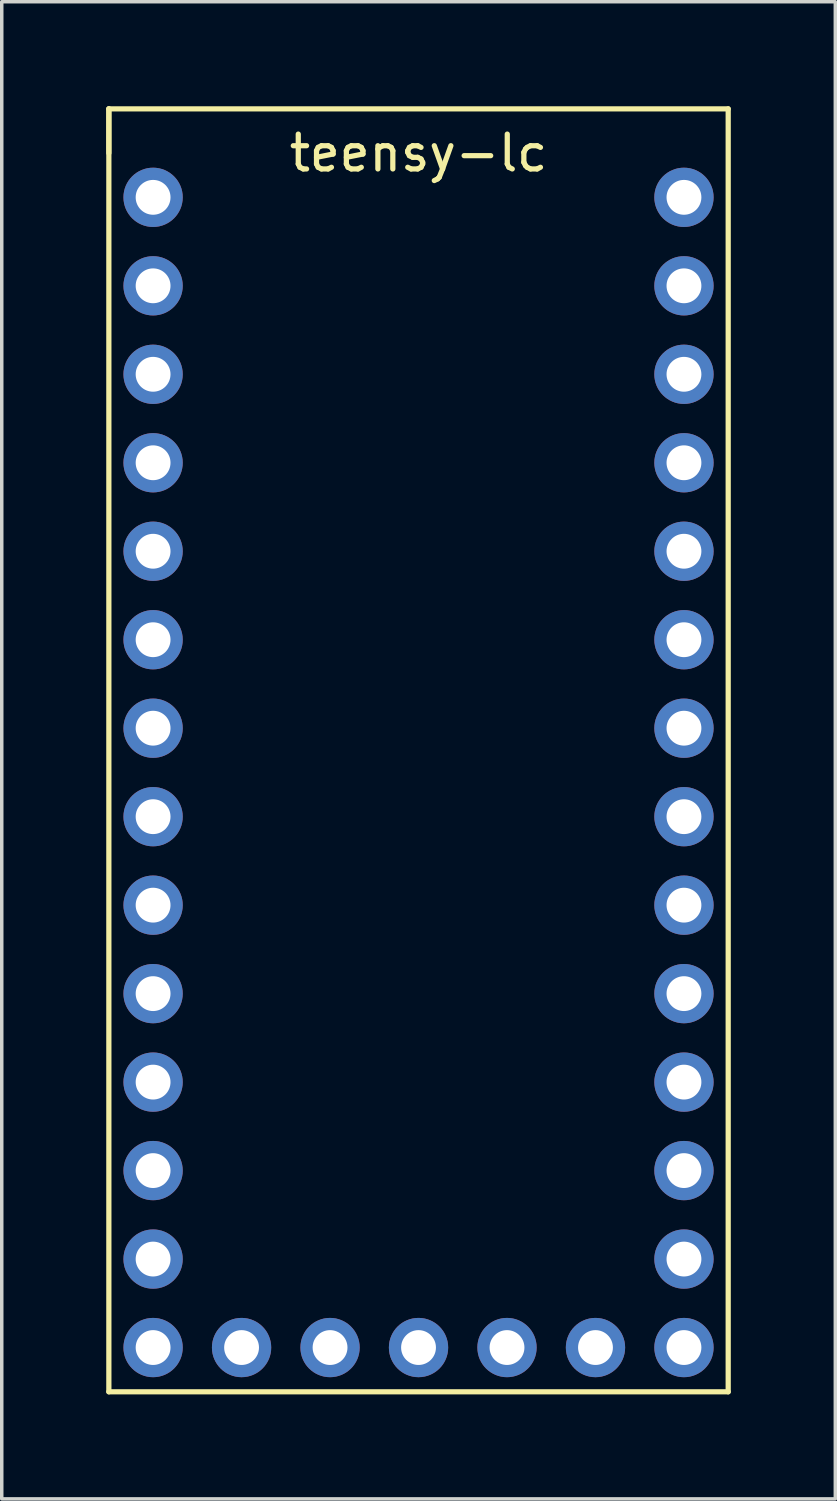
<source format=kicad_pcb>
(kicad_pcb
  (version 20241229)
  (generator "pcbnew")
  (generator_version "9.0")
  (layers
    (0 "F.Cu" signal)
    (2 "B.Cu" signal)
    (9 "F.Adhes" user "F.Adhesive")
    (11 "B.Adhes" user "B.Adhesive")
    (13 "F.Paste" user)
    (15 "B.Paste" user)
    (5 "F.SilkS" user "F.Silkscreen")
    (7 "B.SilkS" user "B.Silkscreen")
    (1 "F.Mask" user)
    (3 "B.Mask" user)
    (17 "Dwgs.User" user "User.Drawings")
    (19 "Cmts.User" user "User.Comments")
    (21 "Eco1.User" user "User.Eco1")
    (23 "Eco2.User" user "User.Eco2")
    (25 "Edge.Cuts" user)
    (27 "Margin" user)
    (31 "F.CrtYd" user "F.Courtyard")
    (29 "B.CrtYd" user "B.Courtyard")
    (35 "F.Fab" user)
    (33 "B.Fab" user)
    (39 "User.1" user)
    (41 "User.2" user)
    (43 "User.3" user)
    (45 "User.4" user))
  (footprint "teensy-lc"
    (layer "F.Cu")
    (at 8.965 17.855)
    (property "Reference" "teensy-lc" (at 0 -16.51 0) (layer "F.SilkS") (effects (font (size 1 1) (thickness 0.15))))
    (attr through_hole)
    (fp_line (start -8.89 -17.78) (end -8.89 -16.51) (stroke (width 0.15) (type solid)) (layer "F.SilkS"))
    (fp_line (start -8.89 -17.78) (end -8.89 19.05) (stroke (width 0.15) (type solid)) (layer "F.SilkS"))
    (fp_line (start -8.89 19.05) (end 8.89 19.05) (stroke (width 0.15) (type solid)) (layer "F.SilkS"))
    (fp_line (start 8.89 -17.78) (end -8.89 -17.78) (stroke (width 0.15) (type solid)) (layer "F.SilkS"))
    (fp_line (start 8.89 19.05) (end 8.89 -17.78) (stroke (width 0.15) (type solid)) (layer "F.SilkS"))
    (pad "0" thru_hole circle (at -7.62 -12.7) (size 1.702 1.702) (drill 1) (layers "*.Cu" "*.Mask"))
    (pad "1" thru_hole circle (at -7.62 -10.16) (size 1.702 1.702) (drill 1) (layers "*.Cu" "*.Mask"))
    (pad "2" thru_hole circle (at -7.62 -7.62) (size 1.702 1.702) (drill 1) (layers "*.Cu" "*.Mask"))
    (pad "3" thru_hole circle (at -7.62 -5.08) (size 1.702 1.702) (drill 1) (layers "*.Cu" "*.Mask"))
    (pad "4" thru_hole circle (at -7.62 -2.54) (size 1.702 1.702) (drill 1) (layers "*.Cu" "*.Mask"))
    (pad "5" thru_hole circle (at -7.62 0) (size 1.702 1.702) (drill 1) (layers "*.Cu" "*.Mask"))
    (pad "6" thru_hole circle (at -7.62 2.54) (size 1.702 1.702) (drill 1) (layers "*.Cu" "*.Mask"))
    (pad "7" thru_hole circle (at -7.62 5.08) (size 1.702 1.702) (drill 1) (layers "*.Cu" "*.Mask"))
    (pad "8" thru_hole circle (at -7.62 7.62) (size 1.702 1.702) (drill 1) (layers "*.Cu" "*.Mask"))
    (pad "9" thru_hole circle (at -7.62 10.16) (size 1.702 1.702) (drill 1) (layers "*.Cu" "*.Mask"))
    (pad "10" thru_hole circle (at -7.62 12.7) (size 1.702 1.702) (drill 1) (layers "*.Cu" "*.Mask"))
    (pad "11" thru_hole circle (at -7.62 15.24) (size 1.702 1.702) (drill 1) (layers "*.Cu" "*.Mask"))
    (pad "12" thru_hole circle (at -7.62 17.78) (size 1.702 1.702) (drill 1) (layers "*.Cu" "*.Mask"))
    (pad "13" thru_hole circle (at 7.62 17.78) (size 1.702 1.702) (drill 1) (layers "*.Cu" "*.Mask"))
    (pad "14" thru_hole circle (at 7.62 15.24) (size 1.702 1.702) (drill 1) (layers "*.Cu" "*.Mask"))
    (pad "15" thru_hole circle (at 7.62 12.7) (size 1.702 1.702) (drill 1) (layers "*.Cu" "*.Mask"))
    (pad "16" thru_hole circle (at 7.62 10.16) (size 1.702 1.702) (drill 1) (layers "*.Cu" "*.Mask"))
    (pad "17" thru_hole circle (at 7.62 7.62) (size 1.702 1.702) (drill 1) (layers "*.Cu" "*.Mask"))
    (pad "18" thru_hole circle (at 7.62 5.08) (size 1.702 1.702) (drill 1) (layers "*.Cu" "*.Mask"))
    (pad "19" thru_hole circle (at 7.62 2.54) (size 1.702 1.702) (drill 1) (layers "*.Cu" "*.Mask"))
    (pad "20" thru_hole circle (at 7.62 0) (size 1.702 1.702) (drill 1) (layers "*.Cu" "*.Mask"))
    (pad "21" thru_hole circle (at 7.62 -2.54) (size 1.702 1.702) (drill 1) (layers "*.Cu" "*.Mask"))
    (pad "22" thru_hole circle (at 7.62 -5.08) (size 1.702 1.702) (drill 1) (layers "*.Cu" "*.Mask"))
    (pad "23" thru_hole circle (at 7.62 -7.62) (size 1.702 1.702) (drill 1) (layers "*.Cu" "*.Mask"))
    (pad "24" thru_hole circle (at 7.62 -10.16) (size 1.702 1.702) (drill 1) (layers "*.Cu" "*.Mask"))
    (pad "25" thru_hole circle (at 7.62 -12.7) (size 1.702 1.702) (drill 1) (layers "*.Cu" "*.Mask"))
    (pad "26" thru_hole circle (at 7.62 -15.24) (size 1.702 1.702) (drill 1) (layers "*.Cu" "*.Mask"))
    (pad "27" thru_hole circle (at -7.62 -15.24) (size 1.702 1.702) (drill 1) (layers "*.Cu" "*.Mask"))
    (pad "28" thru_hole circle (at -5.08 17.78) (size 1.702 1.702) (drill 1) (layers "*.Cu" "*.Mask"))
    (pad "29" thru_hole circle (at -2.54 17.78) (size 1.702 1.702) (drill 1) (layers "*.Cu" "*.Mask"))
    (pad "30" thru_hole circle (at 0 17.78) (size 1.702 1.702) (drill 1) (layers "*.Cu" "*.Mask"))
    (pad "31" thru_hole circle (at 2.54 17.78) (size 1.702 1.702) (drill 1) (layers "*.Cu" "*.Mask"))
    (pad "32" thru_hole circle (at 5.08 17.78) (size 1.702 1.702) (drill 1) (layers "*.Cu" "*.Mask")))
  (gr_rect
    (start -3 -3)
    (end 20.93 39.98)
    (stroke (width 0.1) (type default))
    (fill no)
    (layer "Edge.Cuts")))
</source>
